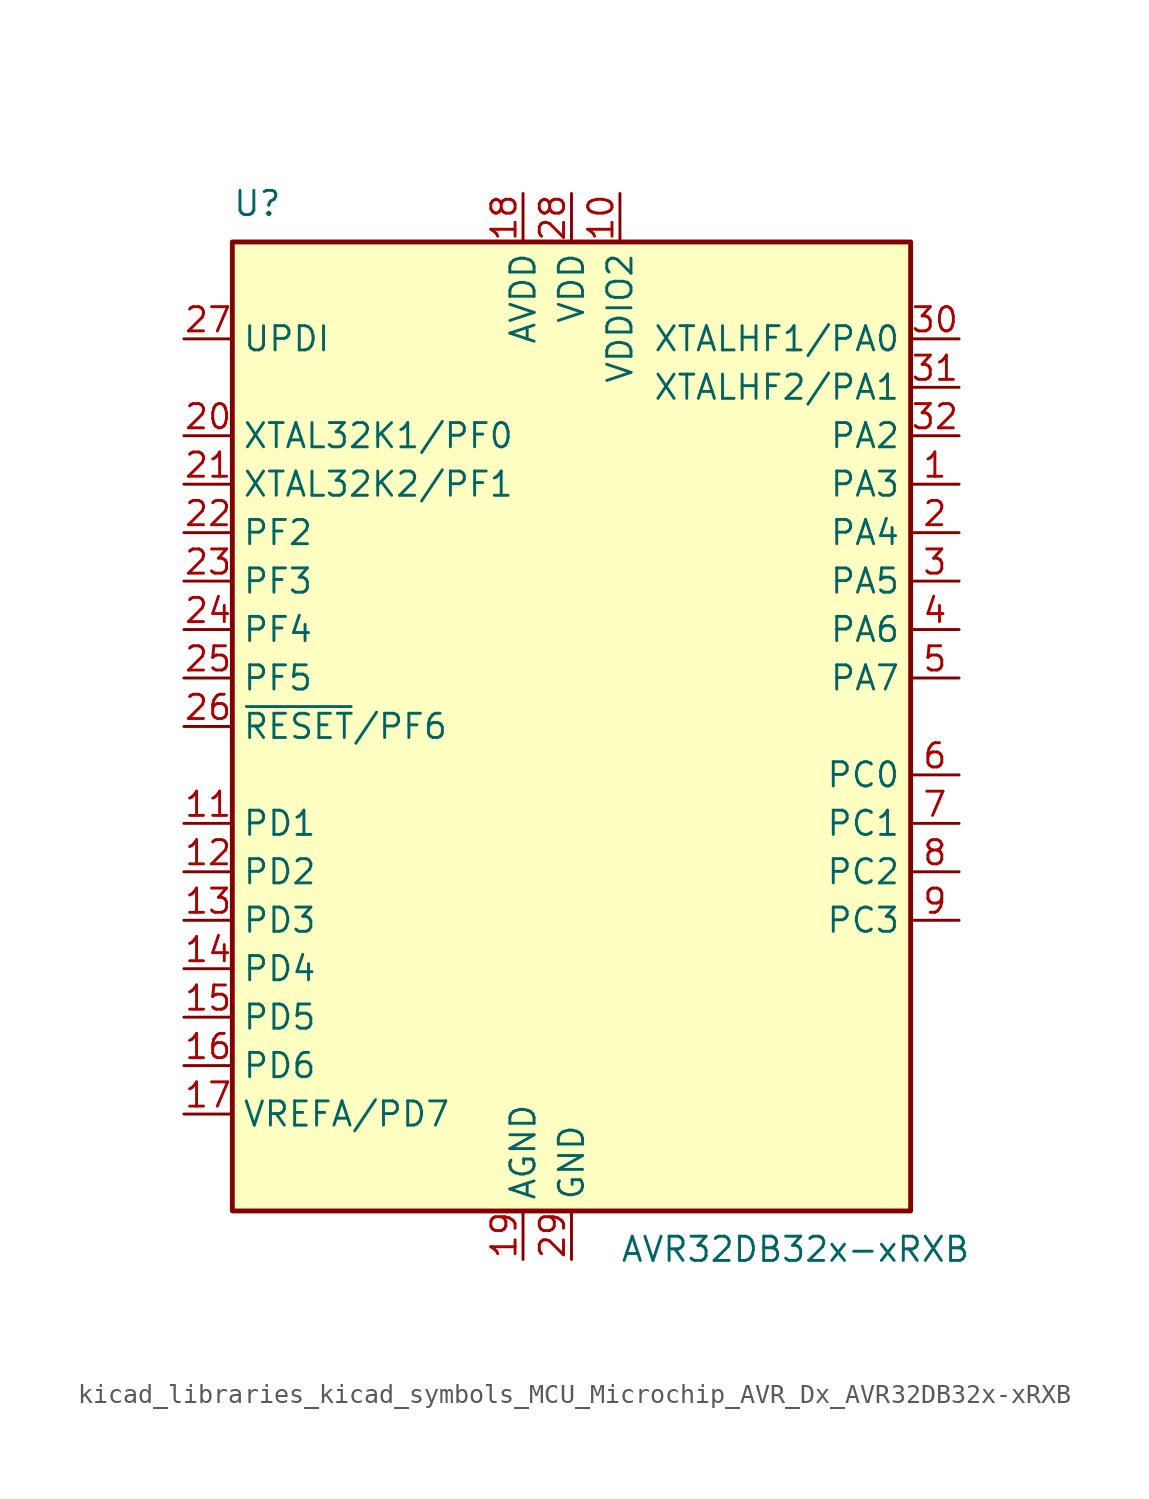
<source format=kicad_sym>
(kicad_symbol_lib
  (version 20220914)
  (generator kicad_symbol_editor)
  (symbol "kicad_libraries_kicad_symbols_MCU_Microchip_AVR_Dx_AVR32DB32x-xRXB"
    (property "Reference" "U"
      (at -17.78 26.67 0)
      (effects (font (size 1.27 1.27)) (justify left bottom)))
    (property "Value" "AVR32DB32x-xRXB"
      (at 2.54 -26.67 0)
      (effects (font (size 1.27 1.27)) (justify left top)))
    (symbol "kicad_libraries_kicad_symbols_MCU_Microchip_AVR_Dx_AVR32DB32x-xRXB_0_1"
      (rectangle (start -17.78 25.4) (end 17.78 -25.4) (stroke (width 0.254) (type default)) (fill (type background))))
    (symbol "kicad_libraries_kicad_symbols_MCU_Microchip_AVR_Dx_AVR32DB32x-xRXB_1_1"
      (pin bidirectional line (at 20.32 12.7 180) (length 2.54) (name "PA3" (effects (font (size 1.27 1.27)))) (number "1" (effects (font (size 1.27 1.27)))))
      (pin power_in line (at 2.54 27.94 270) (length 2.54) (name "VDDIO2" (effects (font (size 1.27 1.27)))) (number "10" (effects (font (size 1.27 1.27)))))
      (pin bidirectional line (at -20.32 -5.08 0) (length 2.54) (name "PD1" (effects (font (size 1.27 1.27)))) (number "11" (effects (font (size 1.27 1.27)))))
      (pin bidirectional line (at -20.32 -7.62 0) (length 2.54) (name "PD2" (effects (font (size 1.27 1.27)))) (number "12" (effects (font (size 1.27 1.27)))))
      (pin bidirectional line (at -20.32 -10.16 0) (length 2.54) (name "PD3" (effects (font (size 1.27 1.27)))) (number "13" (effects (font (size 1.27 1.27)))))
      (pin bidirectional line (at -20.32 -12.7 0) (length 2.54) (name "PD4" (effects (font (size 1.27 1.27)))) (number "14" (effects (font (size 1.27 1.27)))))
      (pin bidirectional line (at -20.32 -15.24 0) (length 2.54) (name "PD5" (effects (font (size 1.27 1.27)))) (number "15" (effects (font (size 1.27 1.27)))))
      (pin bidirectional line (at -20.32 -17.78 0) (length 2.54) (name "PD6" (effects (font (size 1.27 1.27)))) (number "16" (effects (font (size 1.27 1.27)))))
      (pin bidirectional line (at -20.32 -20.32 0) (length 2.54) (name "VREFA/PD7" (effects (font (size 1.27 1.27)))) (number "17" (effects (font (size 1.27 1.27)))))
      (pin power_in line (at -2.54 27.94 270) (length 2.54) (name "AVDD" (effects (font (size 1.27 1.27)))) (number "18" (effects (font (size 1.27 1.27)))))
      (pin power_in line (at -2.54 -27.94 90) (length 2.54) (name "AGND" (effects (font (size 1.27 1.27)))) (number "19" (effects (font (size 1.27 1.27)))))
      (pin bidirectional line (at 20.32 10.16 180) (length 2.54) (name "PA4" (effects (font (size 1.27 1.27)))) (number "2" (effects (font (size 1.27 1.27)))))
      (pin bidirectional line (at -20.32 15.24 0) (length 2.54) (name "XTAL32K1/PF0" (effects (font (size 1.27 1.27)))) (number "20" (effects (font (size 1.27 1.27)))))
      (pin bidirectional line (at -20.32 12.7 0) (length 2.54) (name "XTAL32K2/PF1" (effects (font (size 1.27 1.27)))) (number "21" (effects (font (size 1.27 1.27)))))
      (pin bidirectional line (at -20.32 10.16 0) (length 2.54) (name "PF2" (effects (font (size 1.27 1.27)))) (number "22" (effects (font (size 1.27 1.27)))))
      (pin bidirectional line (at -20.32 7.62 0) (length 2.54) (name "PF3" (effects (font (size 1.27 1.27)))) (number "23" (effects (font (size 1.27 1.27)))))
      (pin bidirectional line (at -20.32 5.08 0) (length 2.54) (name "PF4" (effects (font (size 1.27 1.27)))) (number "24" (effects (font (size 1.27 1.27)))))
      (pin bidirectional line (at -20.32 2.54 0) (length 2.54) (name "PF5" (effects (font (size 1.27 1.27)))) (number "25" (effects (font (size 1.27 1.27)))))
      (pin bidirectional line (at -20.32 0 0) (length 2.54) (name "~{RESET}/PF6" (effects (font (size 1.27 1.27)))) (number "26" (effects (font (size 1.27 1.27)))))
      (pin input line (at -20.32 20.32 0) (length 2.54) (name "UPDI" (effects (font (size 1.27 1.27)))) (number "27" (effects (font (size 1.27 1.27)))))
      (pin power_in line (at 0 27.94 270) (length 2.54) (name "VDD" (effects (font (size 1.27 1.27)))) (number "28" (effects (font (size 1.27 1.27)))))
      (pin power_in line (at 0 -27.94 90) (length 2.54) (name "GND" (effects (font (size 1.27 1.27)))) (number "29" (effects (font (size 1.27 1.27)))))
      (pin bidirectional line (at 20.32 7.62 180) (length 2.54) (name "PA5" (effects (font (size 1.27 1.27)))) (number "3" (effects (font (size 1.27 1.27)))))
      (pin bidirectional line (at 20.32 20.32 180) (length 2.54) (name "XTALHF1/PA0" (effects (font (size 1.27 1.27)))) (number "30" (effects (font (size 1.27 1.27)))))
      (pin bidirectional line (at 20.32 17.78 180) (length 2.54) (name "XTALHF2/PA1" (effects (font (size 1.27 1.27)))) (number "31" (effects (font (size 1.27 1.27)))))
      (pin bidirectional line (at 20.32 15.24 180) (length 2.54) (name "PA2" (effects (font (size 1.27 1.27)))) (number "32" (effects (font (size 1.27 1.27)))))
      (pin passive line (at 0 -27.94 90) (length 2.54) hide (name "GND" (effects (font (size 1.27 1.27)))) (number "33" (effects (font (size 1.27 1.27)))))
      (pin bidirectional line (at 20.32 5.08 180) (length 2.54) (name "PA6" (effects (font (size 1.27 1.27)))) (number "4" (effects (font (size 1.27 1.27)))))
      (pin bidirectional line (at 20.32 2.54 180) (length 2.54) (name "PA7" (effects (font (size 1.27 1.27)))) (number "5" (effects (font (size 1.27 1.27)))))
      (pin bidirectional line (at 20.32 -2.54 180) (length 2.54) (name "PC0" (effects (font (size 1.27 1.27)))) (number "6" (effects (font (size 1.27 1.27)))))
      (pin bidirectional line (at 20.32 -5.08 180) (length 2.54) (name "PC1" (effects (font (size 1.27 1.27)))) (number "7" (effects (font (size 1.27 1.27)))))
      (pin bidirectional line (at 20.32 -7.62 180) (length 2.54) (name "PC2" (effects (font (size 1.27 1.27)))) (number "8" (effects (font (size 1.27 1.27)))))
      (pin bidirectional line (at 20.32 -10.16 180) (length 2.54) (name "PC3" (effects (font (size 1.27 1.27)))) (number "9" (effects (font (size 1.27 1.27))))))))
</source>
